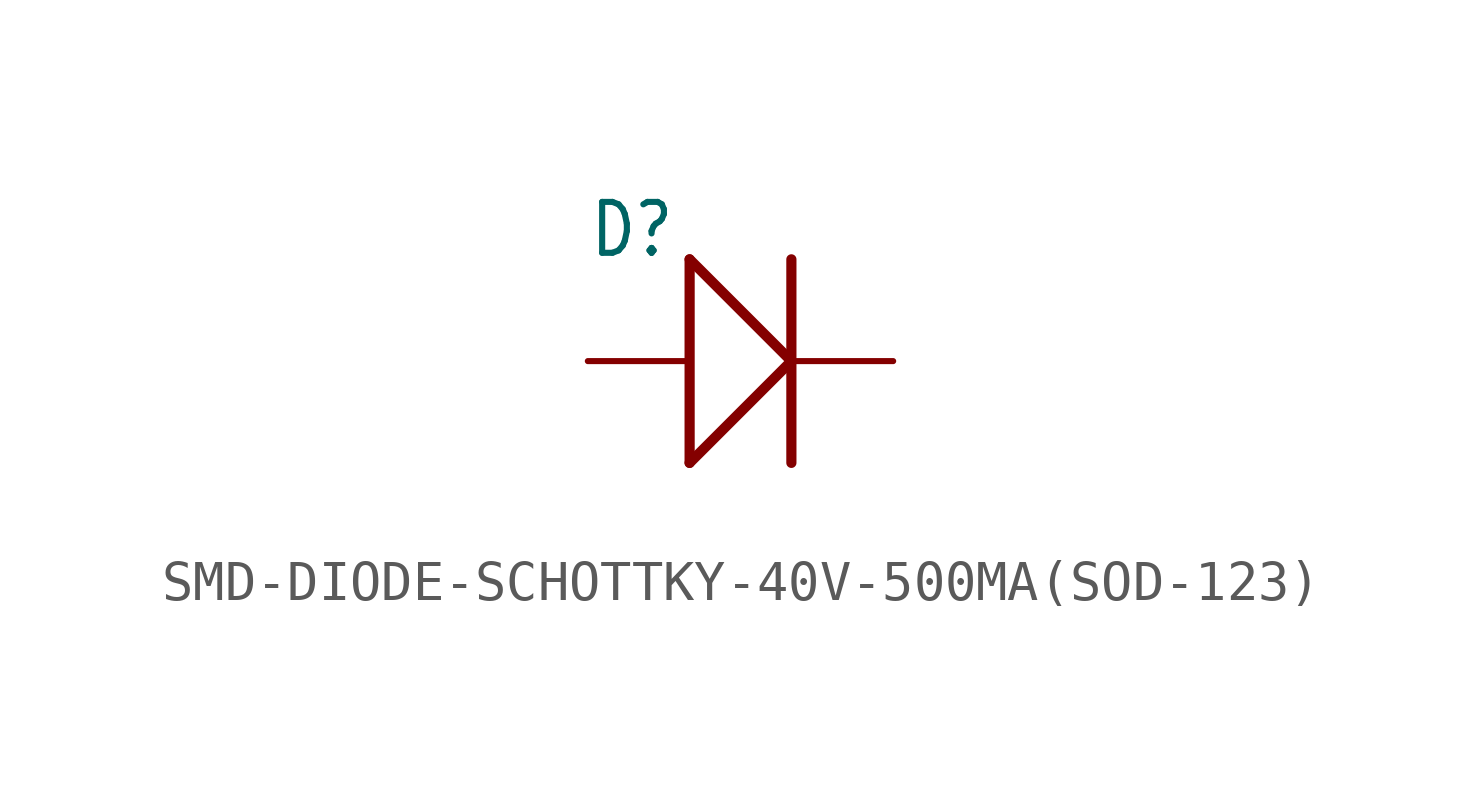
<source format=kicad_sym>
(kicad_symbol_lib
  (version 20231120)
  (generator "kicad_symbol_editor")
  (generator_version "8.0")
  (symbol "SMD-DIODE-SCHOTTKY-40V-500MA(SOD-123)"
    (property "Reference" "D"
      (at -3.81 2.54 0)
      (effects (font (size 1.27 1.079)) (justify left bottom)))
    (property "Value" ""
      (at -3.81 -3.81 0)
      (effects (font (size 1.27 1.079)) (justify left bottom)))
    (property "ki_locked" ""
      (at 0 0 0)
      (effects (font (size 1.27 1.27))))
    (symbol "SMD-DIODE-SCHOTTKY-40V-500MA(SOD-123)_1_0"
      (polyline (pts (xy -1.27 -2.54) (xy -1.27 2.54)) (stroke (width 0.254) (type solid)) (fill (type none)))
      (polyline (pts (xy -1.27 -2.54) (xy 1.27 0)) (stroke (width 0.254) (type solid)) (fill (type none)))
      (polyline (pts (xy -1.27 2.54) (xy 1.27 0)) (stroke (width 0.254) (type solid)) (fill (type none)))
      (polyline (pts (xy 1.27 2.54) (xy 1.27 -2.54)) (stroke (width 0.254) (type solid)) (fill (type none)))
      (pin passive line (at -3.81 0 0) (length 2.54) (name "+" (effects (font (size 0 0)))) (number "+" (effects (font (size 0 0)))))
      (pin passive line (at 3.81 0 180) (length 2.54) (name "-" (effects (font (size 0 0)))) (number "-" (effects (font (size 0 0))))))))
</source>
